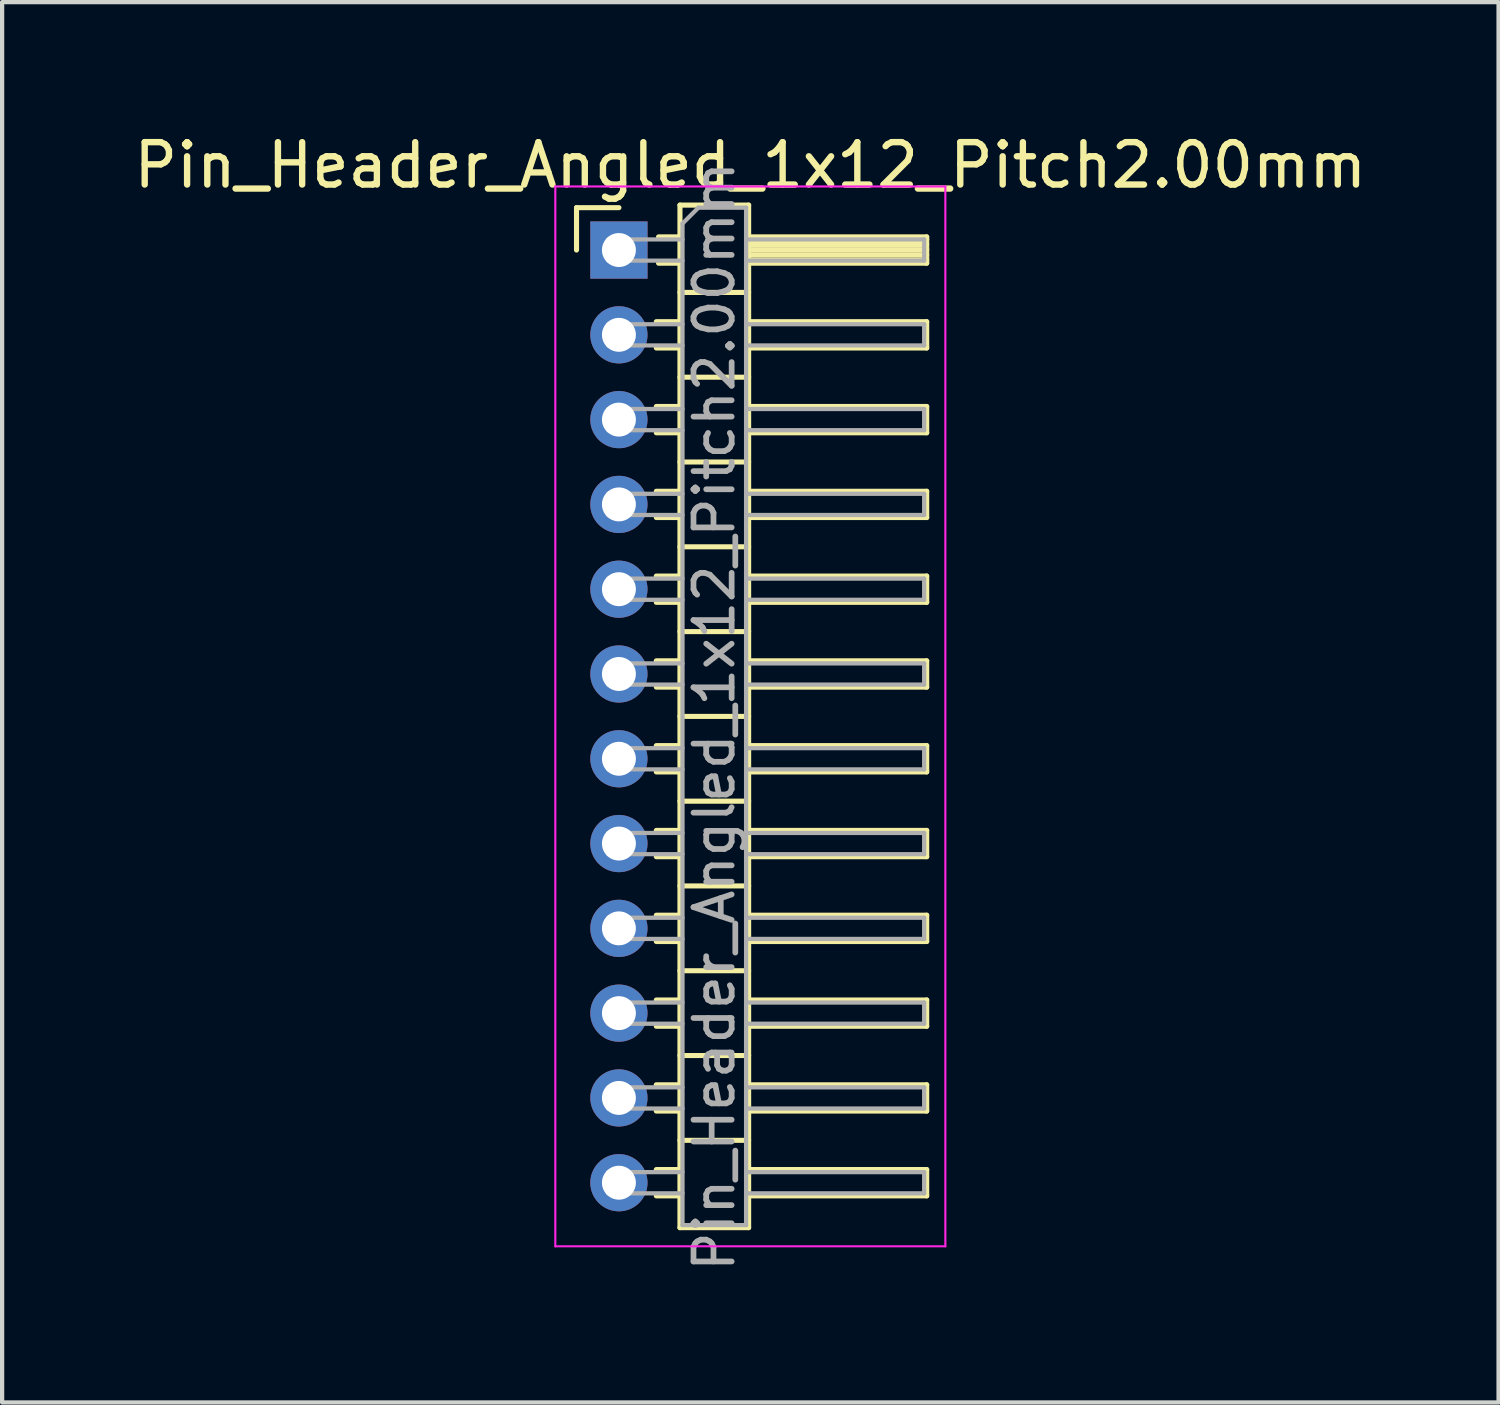
<source format=kicad_pcb>
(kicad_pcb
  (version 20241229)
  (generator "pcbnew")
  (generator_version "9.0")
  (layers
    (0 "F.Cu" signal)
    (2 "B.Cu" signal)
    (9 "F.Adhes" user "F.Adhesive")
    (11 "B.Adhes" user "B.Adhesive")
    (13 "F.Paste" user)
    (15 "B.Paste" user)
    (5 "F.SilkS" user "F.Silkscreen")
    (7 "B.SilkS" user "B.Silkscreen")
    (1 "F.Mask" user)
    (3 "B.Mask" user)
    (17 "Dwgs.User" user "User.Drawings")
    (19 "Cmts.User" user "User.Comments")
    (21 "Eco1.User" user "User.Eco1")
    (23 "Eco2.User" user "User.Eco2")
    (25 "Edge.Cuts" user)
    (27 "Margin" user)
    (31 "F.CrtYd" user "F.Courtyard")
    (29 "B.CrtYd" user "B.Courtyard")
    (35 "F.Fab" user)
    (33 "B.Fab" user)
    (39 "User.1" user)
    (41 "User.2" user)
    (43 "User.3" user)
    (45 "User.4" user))
  (footprint "Pin_Header_Angled_1x12_Pitch2.00mm"
    (layer "F.Cu")
    (at 11.549 2.848)
    (property "Reference" "Pin_Header_Angled_1x12_Pitch2.00mm" (at 3.1 -2 0) (layer "F.SilkS") (effects (font (size 1 1) (thickness 0.15))))
    (attr through_hole)
    (fp_line (start -1 -1) (end 0 -1) (stroke (width 0.12) (type solid)) (layer "F.SilkS"))
    (fp_line (start -1 0) (end -1 -1) (stroke (width 0.12) (type solid)) (layer "F.SilkS"))
    (fp_line (start 0.882 1.69) (end 1.44 1.69) (stroke (width 0.12) (type solid)) (layer "F.SilkS"))
    (fp_line (start 0.882 2.31) (end 1.44 2.31) (stroke (width 0.12) (type solid)) (layer "F.SilkS"))
    (fp_line (start 0.882 3.69) (end 1.44 3.69) (stroke (width 0.12) (type solid)) (layer "F.SilkS"))
    (fp_line (start 0.882 4.31) (end 1.44 4.31) (stroke (width 0.12) (type solid)) (layer "F.SilkS"))
    (fp_line (start 0.882 5.69) (end 1.44 5.69) (stroke (width 0.12) (type solid)) (layer "F.SilkS"))
    (fp_line (start 0.882 6.31) (end 1.44 6.31) (stroke (width 0.12) (type solid)) (layer "F.SilkS"))
    (fp_line (start 0.882 7.69) (end 1.44 7.69) (stroke (width 0.12) (type solid)) (layer "F.SilkS"))
    (fp_line (start 0.882 8.31) (end 1.44 8.31) (stroke (width 0.12) (type solid)) (layer "F.SilkS"))
    (fp_line (start 0.882 9.69) (end 1.44 9.69) (stroke (width 0.12) (type solid)) (layer "F.SilkS"))
    (fp_line (start 0.882 10.31) (end 1.44 10.31) (stroke (width 0.12) (type solid)) (layer "F.SilkS"))
    (fp_line (start 0.882 11.69) (end 1.44 11.69) (stroke (width 0.12) (type solid)) (layer "F.SilkS"))
    (fp_line (start 0.882 12.31) (end 1.44 12.31) (stroke (width 0.12) (type solid)) (layer "F.SilkS"))
    (fp_line (start 0.882 13.69) (end 1.44 13.69) (stroke (width 0.12) (type solid)) (layer "F.SilkS"))
    (fp_line (start 0.882 14.31) (end 1.44 14.31) (stroke (width 0.12) (type solid)) (layer "F.SilkS"))
    (fp_line (start 0.882 15.69) (end 1.44 15.69) (stroke (width 0.12) (type solid)) (layer "F.SilkS"))
    (fp_line (start 0.882 16.31) (end 1.44 16.31) (stroke (width 0.12) (type solid)) (layer "F.SilkS"))
    (fp_line (start 0.882 17.69) (end 1.44 17.69) (stroke (width 0.12) (type solid)) (layer "F.SilkS"))
    (fp_line (start 0.882 18.31) (end 1.44 18.31) (stroke (width 0.12) (type solid)) (layer "F.SilkS"))
    (fp_line (start 0.882 19.69) (end 1.44 19.69) (stroke (width 0.12) (type solid)) (layer "F.SilkS"))
    (fp_line (start 0.882 20.31) (end 1.44 20.31) (stroke (width 0.12) (type solid)) (layer "F.SilkS"))
    (fp_line (start 0.882 21.69) (end 1.44 21.69) (stroke (width 0.12) (type solid)) (layer "F.SilkS"))
    (fp_line (start 0.882 22.31) (end 1.44 22.31) (stroke (width 0.12) (type solid)) (layer "F.SilkS"))
    (fp_line (start 0.935 -0.31) (end 1.44 -0.31) (stroke (width 0.12) (type solid)) (layer "F.SilkS"))
    (fp_line (start 0.935 0.31) (end 1.44 0.31) (stroke (width 0.12) (type solid)) (layer "F.SilkS"))
    (fp_line (start 1.44 -1.06) (end 1.44 23.06) (stroke (width 0.12) (type solid)) (layer "F.SilkS"))
    (fp_line (start 1.44 1) (end 3.06 1) (stroke (width 0.12) (type solid)) (layer "F.SilkS"))
    (fp_line (start 1.44 3) (end 3.06 3) (stroke (width 0.12) (type solid)) (layer "F.SilkS"))
    (fp_line (start 1.44 5) (end 3.06 5) (stroke (width 0.12) (type solid)) (layer "F.SilkS"))
    (fp_line (start 1.44 7) (end 3.06 7) (stroke (width 0.12) (type solid)) (layer "F.SilkS"))
    (fp_line (start 1.44 9) (end 3.06 9) (stroke (width 0.12) (type solid)) (layer "F.SilkS"))
    (fp_line (start 1.44 11) (end 3.06 11) (stroke (width 0.12) (type solid)) (layer "F.SilkS"))
    (fp_line (start 1.44 13) (end 3.06 13) (stroke (width 0.12) (type solid)) (layer "F.SilkS"))
    (fp_line (start 1.44 15) (end 3.06 15) (stroke (width 0.12) (type solid)) (layer "F.SilkS"))
    (fp_line (start 1.44 17) (end 3.06 17) (stroke (width 0.12) (type solid)) (layer "F.SilkS"))
    (fp_line (start 1.44 19) (end 3.06 19) (stroke (width 0.12) (type solid)) (layer "F.SilkS"))
    (fp_line (start 1.44 21) (end 3.06 21) (stroke (width 0.12) (type solid)) (layer "F.SilkS"))
    (fp_line (start 1.44 23.06) (end 3.06 23.06) (stroke (width 0.12) (type solid)) (layer "F.SilkS"))
    (fp_line (start 3.06 -1.06) (end 1.44 -1.06) (stroke (width 0.12) (type solid)) (layer "F.SilkS"))
    (fp_line (start 3.06 -0.31) (end 7.26 -0.31) (stroke (width 0.12) (type solid)) (layer "F.SilkS"))
    (fp_line (start 3.06 -0.25) (end 7.26 -0.25) (stroke (width 0.12) (type solid)) (layer "F.SilkS"))
    (fp_line (start 3.06 -0.13) (end 7.26 -0.13) (stroke (width 0.12) (type solid)) (layer "F.SilkS"))
    (fp_line (start 3.06 -0.01) (end 7.26 -0.01) (stroke (width 0.12) (type solid)) (layer "F.SilkS"))
    (fp_line (start 3.06 0.11) (end 7.26 0.11) (stroke (width 0.12) (type solid)) (layer "F.SilkS"))
    (fp_line (start 3.06 0.23) (end 7.26 0.23) (stroke (width 0.12) (type solid)) (layer "F.SilkS"))
    (fp_line (start 3.06 1.69) (end 7.26 1.69) (stroke (width 0.12) (type solid)) (layer "F.SilkS"))
    (fp_line (start 3.06 3.69) (end 7.26 3.69) (stroke (width 0.12) (type solid)) (layer "F.SilkS"))
    (fp_line (start 3.06 5.69) (end 7.26 5.69) (stroke (width 0.12) (type solid)) (layer "F.SilkS"))
    (fp_line (start 3.06 7.69) (end 7.26 7.69) (stroke (width 0.12) (type solid)) (layer "F.SilkS"))
    (fp_line (start 3.06 9.69) (end 7.26 9.69) (stroke (width 0.12) (type solid)) (layer "F.SilkS"))
    (fp_line (start 3.06 11.69) (end 7.26 11.69) (stroke (width 0.12) (type solid)) (layer "F.SilkS"))
    (fp_line (start 3.06 13.69) (end 7.26 13.69) (stroke (width 0.12) (type solid)) (layer "F.SilkS"))
    (fp_line (start 3.06 15.69) (end 7.26 15.69) (stroke (width 0.12) (type solid)) (layer "F.SilkS"))
    (fp_line (start 3.06 17.69) (end 7.26 17.69) (stroke (width 0.12) (type solid)) (layer "F.SilkS"))
    (fp_line (start 3.06 19.69) (end 7.26 19.69) (stroke (width 0.12) (type solid)) (layer "F.SilkS"))
    (fp_line (start 3.06 21.69) (end 7.26 21.69) (stroke (width 0.12) (type solid)) (layer "F.SilkS"))
    (fp_line (start 3.06 23.06) (end 3.06 -1.06) (stroke (width 0.12) (type solid)) (layer "F.SilkS"))
    (fp_line (start 7.26 -0.31) (end 7.26 0.31) (stroke (width 0.12) (type solid)) (layer "F.SilkS"))
    (fp_line (start 7.26 0.31) (end 3.06 0.31) (stroke (width 0.12) (type solid)) (layer "F.SilkS"))
    (fp_line (start 7.26 1.69) (end 7.26 2.31) (stroke (width 0.12) (type solid)) (layer "F.SilkS"))
    (fp_line (start 7.26 2.31) (end 3.06 2.31) (stroke (width 0.12) (type solid)) (layer "F.SilkS"))
    (fp_line (start 7.26 3.69) (end 7.26 4.31) (stroke (width 0.12) (type solid)) (layer "F.SilkS"))
    (fp_line (start 7.26 4.31) (end 3.06 4.31) (stroke (width 0.12) (type solid)) (layer "F.SilkS"))
    (fp_line (start 7.26 5.69) (end 7.26 6.31) (stroke (width 0.12) (type solid)) (layer "F.SilkS"))
    (fp_line (start 7.26 6.31) (end 3.06 6.31) (stroke (width 0.12) (type solid)) (layer "F.SilkS"))
    (fp_line (start 7.26 7.69) (end 7.26 8.31) (stroke (width 0.12) (type solid)) (layer "F.SilkS"))
    (fp_line (start 7.26 8.31) (end 3.06 8.31) (stroke (width 0.12) (type solid)) (layer "F.SilkS"))
    (fp_line (start 7.26 9.69) (end 7.26 10.31) (stroke (width 0.12) (type solid)) (layer "F.SilkS"))
    (fp_line (start 7.26 10.31) (end 3.06 10.31) (stroke (width 0.12) (type solid)) (layer "F.SilkS"))
    (fp_line (start 7.26 11.69) (end 7.26 12.31) (stroke (width 0.12) (type solid)) (layer "F.SilkS"))
    (fp_line (start 7.26 12.31) (end 3.06 12.31) (stroke (width 0.12) (type solid)) (layer "F.SilkS"))
    (fp_line (start 7.26 13.69) (end 7.26 14.31) (stroke (width 0.12) (type solid)) (layer "F.SilkS"))
    (fp_line (start 7.26 14.31) (end 3.06 14.31) (stroke (width 0.12) (type solid)) (layer "F.SilkS"))
    (fp_line (start 7.26 15.69) (end 7.26 16.31) (stroke (width 0.12) (type solid)) (layer "F.SilkS"))
    (fp_line (start 7.26 16.31) (end 3.06 16.31) (stroke (width 0.12) (type solid)) (layer "F.SilkS"))
    (fp_line (start 7.26 17.69) (end 7.26 18.31) (stroke (width 0.12) (type solid)) (layer "F.SilkS"))
    (fp_line (start 7.26 18.31) (end 3.06 18.31) (stroke (width 0.12) (type solid)) (layer "F.SilkS"))
    (fp_line (start 7.26 19.69) (end 7.26 20.31) (stroke (width 0.12) (type solid)) (layer "F.SilkS"))
    (fp_line (start 7.26 20.31) (end 3.06 20.31) (stroke (width 0.12) (type solid)) (layer "F.SilkS"))
    (fp_line (start 7.26 21.69) (end 7.26 22.31) (stroke (width 0.12) (type solid)) (layer "F.SilkS"))
    (fp_line (start 7.26 22.31) (end 3.06 22.31) (stroke (width 0.12) (type solid)) (layer "F.SilkS"))
    (fp_line (start -1.5 -1.5) (end -1.5 23.5) (stroke (width 0.05) (type solid)) (layer "F.CrtYd"))
    (fp_line (start -1.5 23.5) (end 7.7 23.5) (stroke (width 0.05) (type solid)) (layer "F.CrtYd"))
    (fp_line (start 7.7 -1.5) (end -1.5 -1.5) (stroke (width 0.05) (type solid)) (layer "F.CrtYd"))
    (fp_line (start 7.7 23.5) (end 7.7 -1.5) (stroke (width 0.05) (type solid)) (layer "F.CrtYd"))
    (fp_line (start -0.25 -0.25) (end -0.25 0.25) (stroke (width 0.1) (type solid)) (layer "F.Fab"))
    (fp_line (start -0.25 -0.25) (end 1.5 -0.25) (stroke (width 0.1) (type solid)) (layer "F.Fab"))
    (fp_line (start -0.25 0.25) (end 1.5 0.25) (stroke (width 0.1) (type solid)) (layer "F.Fab"))
    (fp_line (start -0.25 1.75) (end -0.25 2.25) (stroke (width 0.1) (type solid)) (layer "F.Fab"))
    (fp_line (start -0.25 1.75) (end 1.5 1.75) (stroke (width 0.1) (type solid)) (layer "F.Fab"))
    (fp_line (start -0.25 2.25) (end 1.5 2.25) (stroke (width 0.1) (type solid)) (layer "F.Fab"))
    (fp_line (start -0.25 3.75) (end -0.25 4.25) (stroke (width 0.1) (type solid)) (layer "F.Fab"))
    (fp_line (start -0.25 3.75) (end 1.5 3.75) (stroke (width 0.1) (type solid)) (layer "F.Fab"))
    (fp_line (start -0.25 4.25) (end 1.5 4.25) (stroke (width 0.1) (type solid)) (layer "F.Fab"))
    (fp_line (start -0.25 5.75) (end -0.25 6.25) (stroke (width 0.1) (type solid)) (layer "F.Fab"))
    (fp_line (start -0.25 5.75) (end 1.5 5.75) (stroke (width 0.1) (type solid)) (layer "F.Fab"))
    (fp_line (start -0.25 6.25) (end 1.5 6.25) (stroke (width 0.1) (type solid)) (layer "F.Fab"))
    (fp_line (start -0.25 7.75) (end -0.25 8.25) (stroke (width 0.1) (type solid)) (layer "F.Fab"))
    (fp_line (start -0.25 7.75) (end 1.5 7.75) (stroke (width 0.1) (type solid)) (layer "F.Fab"))
    (fp_line (start -0.25 8.25) (end 1.5 8.25) (stroke (width 0.1) (type solid)) (layer "F.Fab"))
    (fp_line (start -0.25 9.75) (end -0.25 10.25) (stroke (width 0.1) (type solid)) (layer "F.Fab"))
    (fp_line (start -0.25 9.75) (end 1.5 9.75) (stroke (width 0.1) (type solid)) (layer "F.Fab"))
    (fp_line (start -0.25 10.25) (end 1.5 10.25) (stroke (width 0.1) (type solid)) (layer "F.Fab"))
    (fp_line (start -0.25 11.75) (end -0.25 12.25) (stroke (width 0.1) (type solid)) (layer "F.Fab"))
    (fp_line (start -0.25 11.75) (end 1.5 11.75) (stroke (width 0.1) (type solid)) (layer "F.Fab"))
    (fp_line (start -0.25 12.25) (end 1.5 12.25) (stroke (width 0.1) (type solid)) (layer "F.Fab"))
    (fp_line (start -0.25 13.75) (end -0.25 14.25) (stroke (width 0.1) (type solid)) (layer "F.Fab"))
    (fp_line (start -0.25 13.75) (end 1.5 13.75) (stroke (width 0.1) (type solid)) (layer "F.Fab"))
    (fp_line (start -0.25 14.25) (end 1.5 14.25) (stroke (width 0.1) (type solid)) (layer "F.Fab"))
    (fp_line (start -0.25 15.75) (end -0.25 16.25) (stroke (width 0.1) (type solid)) (layer "F.Fab"))
    (fp_line (start -0.25 15.75) (end 1.5 15.75) (stroke (width 0.1) (type solid)) (layer "F.Fab"))
    (fp_line (start -0.25 16.25) (end 1.5 16.25) (stroke (width 0.1) (type solid)) (layer "F.Fab"))
    (fp_line (start -0.25 17.75) (end -0.25 18.25) (stroke (width 0.1) (type solid)) (layer "F.Fab"))
    (fp_line (start -0.25 17.75) (end 1.5 17.75) (stroke (width 0.1) (type solid)) (layer "F.Fab"))
    (fp_line (start -0.25 18.25) (end 1.5 18.25) (stroke (width 0.1) (type solid)) (layer "F.Fab"))
    (fp_line (start -0.25 19.75) (end -0.25 20.25) (stroke (width 0.1) (type solid)) (layer "F.Fab"))
    (fp_line (start -0.25 19.75) (end 1.5 19.75) (stroke (width 0.1) (type solid)) (layer "F.Fab"))
    (fp_line (start -0.25 20.25) (end 1.5 20.25) (stroke (width 0.1) (type solid)) (layer "F.Fab"))
    (fp_line (start -0.25 21.75) (end -0.25 22.25) (stroke (width 0.1) (type solid)) (layer "F.Fab"))
    (fp_line (start -0.25 21.75) (end 1.5 21.75) (stroke (width 0.1) (type solid)) (layer "F.Fab"))
    (fp_line (start -0.25 22.25) (end 1.5 22.25) (stroke (width 0.1) (type solid)) (layer "F.Fab"))
    (fp_line (start 1.5 -0.625) (end 1.875 -1) (stroke (width 0.1) (type solid)) (layer "F.Fab"))
    (fp_line (start 1.5 23) (end 1.5 -0.625) (stroke (width 0.1) (type solid)) (layer "F.Fab"))
    (fp_line (start 1.875 -1) (end 3 -1) (stroke (width 0.1) (type solid)) (layer "F.Fab"))
    (fp_line (start 3 -1) (end 3 23) (stroke (width 0.1) (type solid)) (layer "F.Fab"))
    (fp_line (start 3 -0.25) (end 7.2 -0.25) (stroke (width 0.1) (type solid)) (layer "F.Fab"))
    (fp_line (start 3 0.25) (end 7.2 0.25) (stroke (width 0.1) (type solid)) (layer "F.Fab"))
    (fp_line (start 3 1.75) (end 7.2 1.75) (stroke (width 0.1) (type solid)) (layer "F.Fab"))
    (fp_line (start 3 2.25) (end 7.2 2.25) (stroke (width 0.1) (type solid)) (layer "F.Fab"))
    (fp_line (start 3 3.75) (end 7.2 3.75) (stroke (width 0.1) (type solid)) (layer "F.Fab"))
    (fp_line (start 3 4.25) (end 7.2 4.25) (stroke (width 0.1) (type solid)) (layer "F.Fab"))
    (fp_line (start 3 5.75) (end 7.2 5.75) (stroke (width 0.1) (type solid)) (layer "F.Fab"))
    (fp_line (start 3 6.25) (end 7.2 6.25) (stroke (width 0.1) (type solid)) (layer "F.Fab"))
    (fp_line (start 3 7.75) (end 7.2 7.75) (stroke (width 0.1) (type solid)) (layer "F.Fab"))
    (fp_line (start 3 8.25) (end 7.2 8.25) (stroke (width 0.1) (type solid)) (layer "F.Fab"))
    (fp_line (start 3 9.75) (end 7.2 9.75) (stroke (width 0.1) (type solid)) (layer "F.Fab"))
    (fp_line (start 3 10.25) (end 7.2 10.25) (stroke (width 0.1) (type solid)) (layer "F.Fab"))
    (fp_line (start 3 11.75) (end 7.2 11.75) (stroke (width 0.1) (type solid)) (layer "F.Fab"))
    (fp_line (start 3 12.25) (end 7.2 12.25) (stroke (width 0.1) (type solid)) (layer "F.Fab"))
    (fp_line (start 3 13.75) (end 7.2 13.75) (stroke (width 0.1) (type solid)) (layer "F.Fab"))
    (fp_line (start 3 14.25) (end 7.2 14.25) (stroke (width 0.1) (type solid)) (layer "F.Fab"))
    (fp_line (start 3 15.75) (end 7.2 15.75) (stroke (width 0.1) (type solid)) (layer "F.Fab"))
    (fp_line (start 3 16.25) (end 7.2 16.25) (stroke (width 0.1) (type solid)) (layer "F.Fab"))
    (fp_line (start 3 17.75) (end 7.2 17.75) (stroke (width 0.1) (type solid)) (layer "F.Fab"))
    (fp_line (start 3 18.25) (end 7.2 18.25) (stroke (width 0.1) (type solid)) (layer "F.Fab"))
    (fp_line (start 3 19.75) (end 7.2 19.75) (stroke (width 0.1) (type solid)) (layer "F.Fab"))
    (fp_line (start 3 20.25) (end 7.2 20.25) (stroke (width 0.1) (type solid)) (layer "F.Fab"))
    (fp_line (start 3 21.75) (end 7.2 21.75) (stroke (width 0.1) (type solid)) (layer "F.Fab"))
    (fp_line (start 3 22.25) (end 7.2 22.25) (stroke (width 0.1) (type solid)) (layer "F.Fab"))
    (fp_line (start 3 23) (end 1.5 23) (stroke (width 0.1) (type solid)) (layer "F.Fab"))
    (fp_line (start 7.2 -0.25) (end 7.2 0.25) (stroke (width 0.1) (type solid)) (layer "F.Fab"))
    (fp_line (start 7.2 1.75) (end 7.2 2.25) (stroke (width 0.1) (type solid)) (layer "F.Fab"))
    (fp_line (start 7.2 3.75) (end 7.2 4.25) (stroke (width 0.1) (type solid)) (layer "F.Fab"))
    (fp_line (start 7.2 5.75) (end 7.2 6.25) (stroke (width 0.1) (type solid)) (layer "F.Fab"))
    (fp_line (start 7.2 7.75) (end 7.2 8.25) (stroke (width 0.1) (type solid)) (layer "F.Fab"))
    (fp_line (start 7.2 9.75) (end 7.2 10.25) (stroke (width 0.1) (type solid)) (layer "F.Fab"))
    (fp_line (start 7.2 11.75) (end 7.2 12.25) (stroke (width 0.1) (type solid)) (layer "F.Fab"))
    (fp_line (start 7.2 13.75) (end 7.2 14.25) (stroke (width 0.1) (type solid)) (layer "F.Fab"))
    (fp_line (start 7.2 15.75) (end 7.2 16.25) (stroke (width 0.1) (type solid)) (layer "F.Fab"))
    (fp_line (start 7.2 17.75) (end 7.2 18.25) (stroke (width 0.1) (type solid)) (layer "F.Fab"))
    (fp_line (start 7.2 19.75) (end 7.2 20.25) (stroke (width 0.1) (type solid)) (layer "F.Fab"))
    (fp_line (start 7.2 21.75) (end 7.2 22.25) (stroke (width 0.1) (type solid)) (layer "F.Fab"))
    (fp_text user "${REFERENCE}" (at 2.25 11 90) (layer "F.Fab") (effects (font (size 0.9 0.9) (thickness 0.135))))
    (pad "1" thru_hole rect (at 0 0) (size 1.35 1.35) (drill 0.8) (layers "*.Cu" "*.Mask"))
    (pad "2" thru_hole oval (at 0 2) (size 1.35 1.35) (drill 0.8) (layers "*.Cu" "*.Mask"))
    (pad "3" thru_hole oval (at 0 4) (size 1.35 1.35) (drill 0.8) (layers "*.Cu" "*.Mask"))
    (pad "4" thru_hole oval (at 0 6) (size 1.35 1.35) (drill 0.8) (layers "*.Cu" "*.Mask"))
    (pad "5" thru_hole oval (at 0 8) (size 1.35 1.35) (drill 0.8) (layers "*.Cu" "*.Mask"))
    (pad "6" thru_hole oval (at 0 10) (size 1.35 1.35) (drill 0.8) (layers "*.Cu" "*.Mask"))
    (pad "7" thru_hole oval (at 0 12) (size 1.35 1.35) (drill 0.8) (layers "*.Cu" "*.Mask"))
    (pad "8" thru_hole oval (at 0 14) (size 1.35 1.35) (drill 0.8) (layers "*.Cu" "*.Mask"))
    (pad "9" thru_hole oval (at 0 16) (size 1.35 1.35) (drill 0.8) (layers "*.Cu" "*.Mask"))
    (pad "10" thru_hole oval (at 0 18) (size 1.35 1.35) (drill 0.8) (layers "*.Cu" "*.Mask"))
    (pad "11" thru_hole oval (at 0 20) (size 1.35 1.35) (drill 0.8) (layers "*.Cu" "*.Mask"))
    (pad "12" thru_hole oval (at 0 22) (size 1.35 1.35) (drill 0.8) (layers "*.Cu" "*.Mask")))
  (gr_rect
    (start -3 -3)
    (end 32.298 30.032)
    (stroke (width 0.1) (type default))
    (fill no)
    (layer "Edge.Cuts")))
</source>
